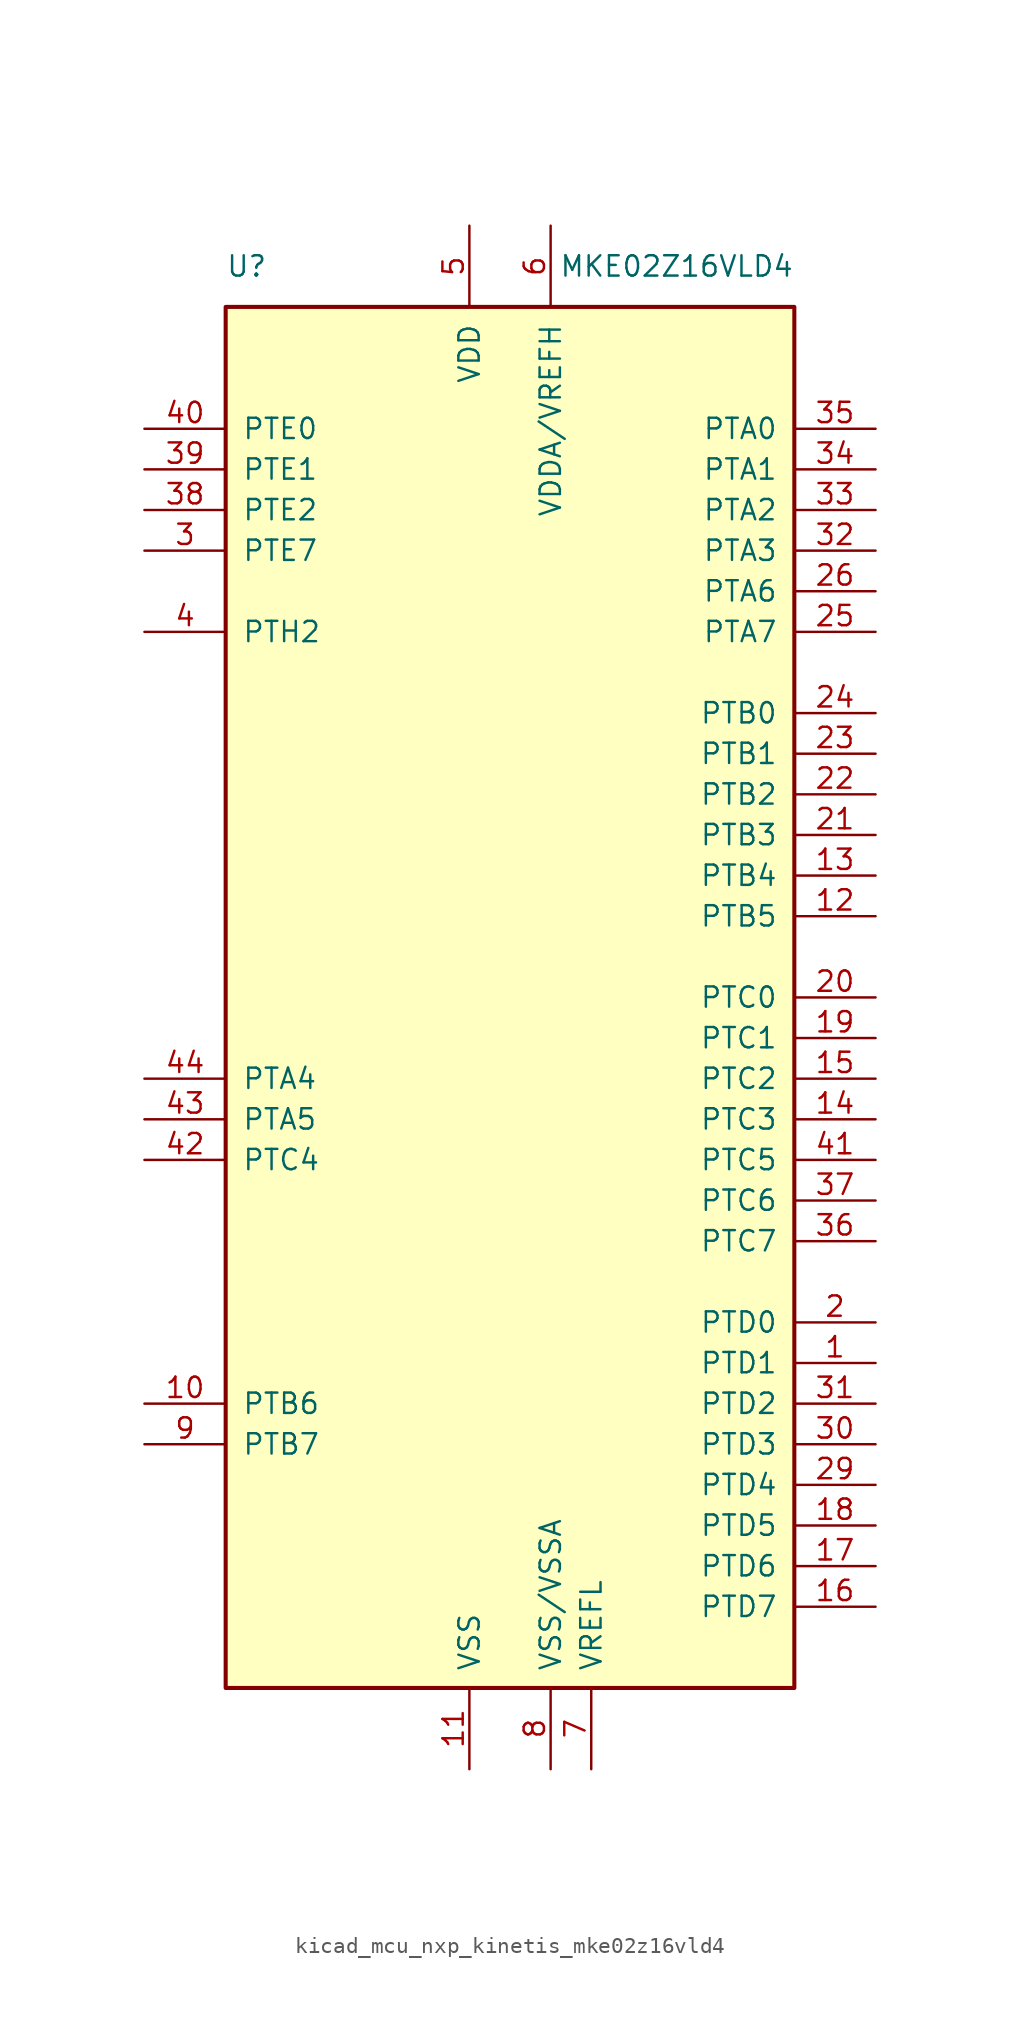
<source format=kicad_sym>
(kicad_symbol_lib
  (version 20220914)
  (generator kicad_symbol_editor)
  (symbol "kicad_mcu_nxp_kinetis_mke02z16vld4"
    (pin_names
      (offset 1.016))
    (property "Reference" "U"
      (at -17.78 45.72 0)
      (effects (font (size 1.27 1.27)) (justify left)))
    (property "Value" "MKE02Z16VLD4"
      (at 17.78 45.72 0)
      (effects (font (size 1.27 1.27)) (justify right)))
    (symbol "kicad_mcu_nxp_kinetis_mke02z16vld4_0_1"
      (rectangle (start -17.78 43.18) (end 17.78 -43.18) (stroke (width 0.254) (type default)) (fill (type background))))
    (symbol "kicad_mcu_nxp_kinetis_mke02z16vld4_1_1"
      (pin bidirectional line (at 22.86 -22.86 180) (length 5.08) (name "PTD1" (effects (font (size 1.27 1.27)))) (number "1" (effects (font (size 1.27 1.27)))))
      (pin bidirectional line (at -22.86 -25.4 0) (length 5.08) (name "PTB6" (effects (font (size 1.27 1.27)))) (number "10" (effects (font (size 1.27 1.27)))))
      (pin power_in line (at -2.54 -48.26 90) (length 5.08) (name "VSS" (effects (font (size 1.27 1.27)))) (number "11" (effects (font (size 1.27 1.27)))))
      (pin bidirectional line (at 22.86 5.08 180) (length 5.08) (name "PTB5" (effects (font (size 1.27 1.27)))) (number "12" (effects (font (size 1.27 1.27)))))
      (pin bidirectional line (at 22.86 7.62 180) (length 5.08) (name "PTB4" (effects (font (size 1.27 1.27)))) (number "13" (effects (font (size 1.27 1.27)))))
      (pin bidirectional line (at 22.86 -7.62 180) (length 5.08) (name "PTC3" (effects (font (size 1.27 1.27)))) (number "14" (effects (font (size 1.27 1.27)))))
      (pin bidirectional line (at 22.86 -5.08 180) (length 5.08) (name "PTC2" (effects (font (size 1.27 1.27)))) (number "15" (effects (font (size 1.27 1.27)))))
      (pin bidirectional line (at 22.86 -38.1 180) (length 5.08) (name "PTD7" (effects (font (size 1.27 1.27)))) (number "16" (effects (font (size 1.27 1.27)))))
      (pin bidirectional line (at 22.86 -35.56 180) (length 5.08) (name "PTD6" (effects (font (size 1.27 1.27)))) (number "17" (effects (font (size 1.27 1.27)))))
      (pin bidirectional line (at 22.86 -33.02 180) (length 5.08) (name "PTD5" (effects (font (size 1.27 1.27)))) (number "18" (effects (font (size 1.27 1.27)))))
      (pin bidirectional line (at 22.86 -2.54 180) (length 5.08) (name "PTC1" (effects (font (size 1.27 1.27)))) (number "19" (effects (font (size 1.27 1.27)))))
      (pin bidirectional line (at 22.86 -20.32 180) (length 5.08) (name "PTD0" (effects (font (size 1.27 1.27)))) (number "2" (effects (font (size 1.27 1.27)))))
      (pin bidirectional line (at 22.86 0 180) (length 5.08) (name "PTC0" (effects (font (size 1.27 1.27)))) (number "20" (effects (font (size 1.27 1.27)))))
      (pin bidirectional line (at 22.86 10.16 180) (length 5.08) (name "PTB3" (effects (font (size 1.27 1.27)))) (number "21" (effects (font (size 1.27 1.27)))))
      (pin bidirectional line (at 22.86 12.7 180) (length 5.08) (name "PTB2" (effects (font (size 1.27 1.27)))) (number "22" (effects (font (size 1.27 1.27)))))
      (pin bidirectional line (at 22.86 15.24 180) (length 5.08) (name "PTB1" (effects (font (size 1.27 1.27)))) (number "23" (effects (font (size 1.27 1.27)))))
      (pin bidirectional line (at 22.86 17.78 180) (length 5.08) (name "PTB0" (effects (font (size 1.27 1.27)))) (number "24" (effects (font (size 1.27 1.27)))))
      (pin bidirectional line (at 22.86 22.86 180) (length 5.08) (name "PTA7" (effects (font (size 1.27 1.27)))) (number "25" (effects (font (size 1.27 1.27)))))
      (pin bidirectional line (at 22.86 25.4 180) (length 5.08) (name "PTA6" (effects (font (size 1.27 1.27)))) (number "26" (effects (font (size 1.27 1.27)))))
      (pin passive line (at -2.54 -48.26 90) (length 5.08) hide (name "VSS" (effects (font (size 1.27 1.27)))) (number "27" (effects (font (size 1.27 1.27)))))
      (pin passive line (at -2.54 48.26 270) (length 5.08) hide (name "VDD" (effects (font (size 1.27 1.27)))) (number "28" (effects (font (size 1.27 1.27)))))
      (pin bidirectional line (at 22.86 -30.48 180) (length 5.08) (name "PTD4" (effects (font (size 1.27 1.27)))) (number "29" (effects (font (size 1.27 1.27)))))
      (pin bidirectional line (at -22.86 27.94 0) (length 5.08) (name "PTE7" (effects (font (size 1.27 1.27)))) (number "3" (effects (font (size 1.27 1.27)))))
      (pin bidirectional line (at 22.86 -27.94 180) (length 5.08) (name "PTD3" (effects (font (size 1.27 1.27)))) (number "30" (effects (font (size 1.27 1.27)))))
      (pin bidirectional line (at 22.86 -25.4 180) (length 5.08) (name "PTD2" (effects (font (size 1.27 1.27)))) (number "31" (effects (font (size 1.27 1.27)))))
      (pin bidirectional line (at 22.86 27.94 180) (length 5.08) (name "PTA3" (effects (font (size 1.27 1.27)))) (number "32" (effects (font (size 1.27 1.27)))))
      (pin bidirectional line (at 22.86 30.48 180) (length 5.08) (name "PTA2" (effects (font (size 1.27 1.27)))) (number "33" (effects (font (size 1.27 1.27)))))
      (pin bidirectional line (at 22.86 33.02 180) (length 5.08) (name "PTA1" (effects (font (size 1.27 1.27)))) (number "34" (effects (font (size 1.27 1.27)))))
      (pin bidirectional line (at 22.86 35.56 180) (length 5.08) (name "PTA0" (effects (font (size 1.27 1.27)))) (number "35" (effects (font (size 1.27 1.27)))))
      (pin bidirectional line (at 22.86 -15.24 180) (length 5.08) (name "PTC7" (effects (font (size 1.27 1.27)))) (number "36" (effects (font (size 1.27 1.27)))))
      (pin bidirectional line (at 22.86 -12.7 180) (length 5.08) (name "PTC6" (effects (font (size 1.27 1.27)))) (number "37" (effects (font (size 1.27 1.27)))))
      (pin bidirectional line (at -22.86 30.48 0) (length 5.08) (name "PTE2" (effects (font (size 1.27 1.27)))) (number "38" (effects (font (size 1.27 1.27)))))
      (pin bidirectional line (at -22.86 33.02 0) (length 5.08) (name "PTE1" (effects (font (size 1.27 1.27)))) (number "39" (effects (font (size 1.27 1.27)))))
      (pin bidirectional line (at -22.86 22.86 0) (length 5.08) (name "PTH2" (effects (font (size 1.27 1.27)))) (number "4" (effects (font (size 1.27 1.27)))))
      (pin bidirectional line (at -22.86 35.56 0) (length 5.08) (name "PTE0" (effects (font (size 1.27 1.27)))) (number "40" (effects (font (size 1.27 1.27)))))
      (pin bidirectional line (at 22.86 -10.16 180) (length 5.08) (name "PTC5" (effects (font (size 1.27 1.27)))) (number "41" (effects (font (size 1.27 1.27)))))
      (pin bidirectional line (at -22.86 -10.16 0) (length 5.08) (name "PTC4" (effects (font (size 1.27 1.27)))) (number "42" (effects (font (size 1.27 1.27)))))
      (pin bidirectional line (at -22.86 -7.62 0) (length 5.08) (name "PTA5" (effects (font (size 1.27 1.27)))) (number "43" (effects (font (size 1.27 1.27)))))
      (pin bidirectional line (at -22.86 -5.08 0) (length 5.08) (name "PTA4" (effects (font (size 1.27 1.27)))) (number "44" (effects (font (size 1.27 1.27)))))
      (pin power_in line (at -2.54 48.26 270) (length 5.08) (name "VDD" (effects (font (size 1.27 1.27)))) (number "5" (effects (font (size 1.27 1.27)))))
      (pin power_in line (at 2.54 48.26 270) (length 5.08) (name "VDDA/VREFH" (effects (font (size 1.27 1.27)))) (number "6" (effects (font (size 1.27 1.27)))))
      (pin power_in line (at 5.08 -48.26 90) (length 5.08) (name "VREFL" (effects (font (size 1.27 1.27)))) (number "7" (effects (font (size 1.27 1.27)))))
      (pin power_in line (at 2.54 -48.26 90) (length 5.08) (name "VSS/VSSA" (effects (font (size 1.27 1.27)))) (number "8" (effects (font (size 1.27 1.27)))))
      (pin bidirectional line (at -22.86 -27.94 0) (length 5.08) (name "PTB7" (effects (font (size 1.27 1.27)))) (number "9" (effects (font (size 1.27 1.27))))))))
</source>
